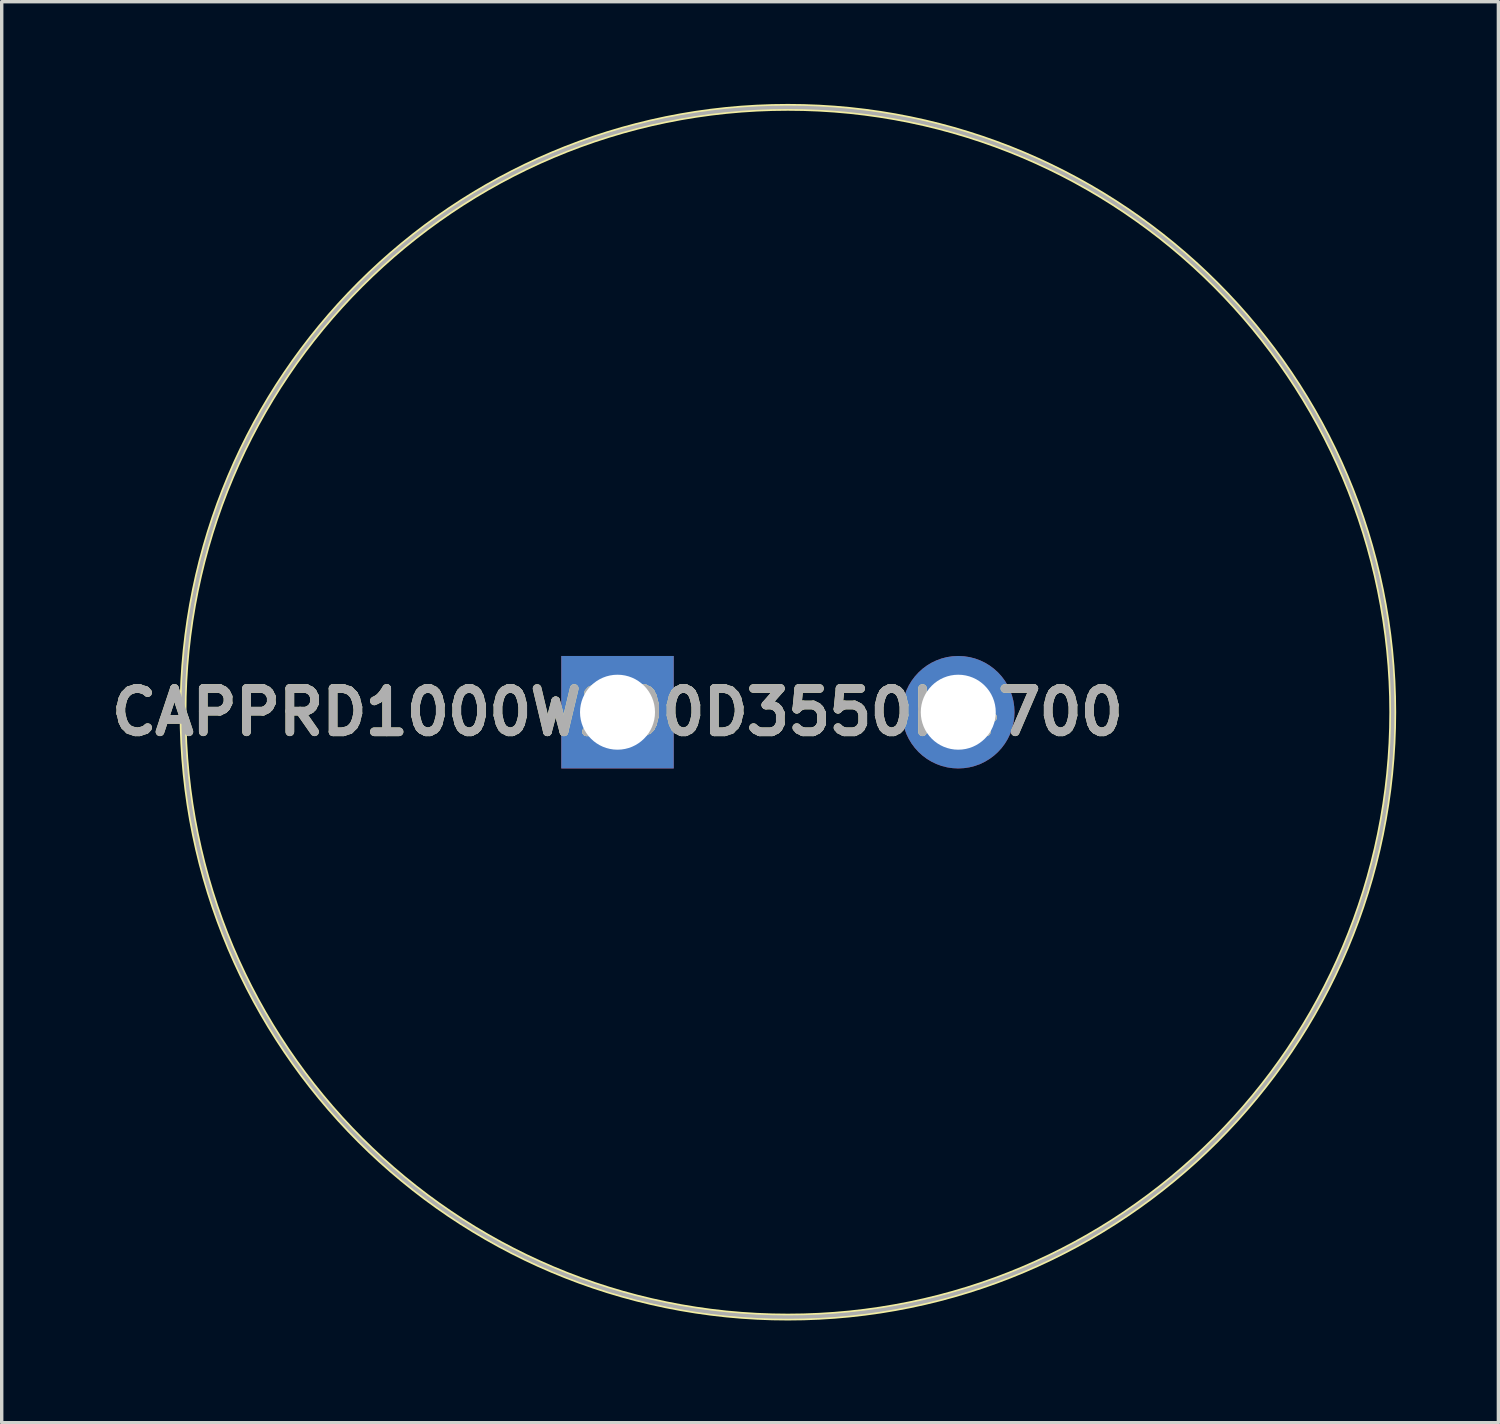
<source format=kicad_pcb>
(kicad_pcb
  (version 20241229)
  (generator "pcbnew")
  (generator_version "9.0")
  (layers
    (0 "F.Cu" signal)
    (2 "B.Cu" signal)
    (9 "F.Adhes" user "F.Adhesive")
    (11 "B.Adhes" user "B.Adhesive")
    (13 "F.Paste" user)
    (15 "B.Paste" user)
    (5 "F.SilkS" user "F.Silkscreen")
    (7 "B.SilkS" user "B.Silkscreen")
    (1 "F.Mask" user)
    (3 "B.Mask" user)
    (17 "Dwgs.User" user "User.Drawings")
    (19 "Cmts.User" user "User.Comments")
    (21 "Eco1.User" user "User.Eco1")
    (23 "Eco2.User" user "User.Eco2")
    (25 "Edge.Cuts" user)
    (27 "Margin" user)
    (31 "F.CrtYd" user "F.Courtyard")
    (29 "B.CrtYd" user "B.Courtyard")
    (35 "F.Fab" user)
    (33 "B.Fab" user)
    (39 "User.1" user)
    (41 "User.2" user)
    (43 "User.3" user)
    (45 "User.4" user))
  (footprint "CAPPRD1000W200D3550H4700"
    (layer "F.Cu")
    (at 15.071 17.85)
    (property "Reference" "CAPPRD1000W200D3550H4700" (at 0 0 0) (layer "F.SilkS") (effects (font (size 1.27 1.27) (thickness 0.254))))
    (attr through_hole)
    (fp_circle (center 5 0) (end 5 17.75) (stroke (width 0.2) (type solid)) (fill no) (layer "F.SilkS"))
    (fp_circle (center 5 0) (end 5 17.75) (stroke (width 0.1) (type solid)) (fill no) (layer "F.Fab"))
    (fp_text user "${REFERENCE}" (at 0 0 0) (layer "F.Fab") (effects (font (size 1.27 1.27) (thickness 0.254))))
    (pad "1" thru_hole rect (at 0 0) (size 3.3 3.3) (drill 2.2) (layers "*.Cu" "*.Mask"))
    (pad "2" thru_hole circle (at 10 0) (size 3.3 3.3) (drill 2.2) (layers "*.Cu" "*.Mask")))
  (gr_rect
    (start -3 -3)
    (end 40.921 38.7)
    (stroke (width 0.1) (type default))
    (fill no)
    (layer "Edge.Cuts")))
</source>
